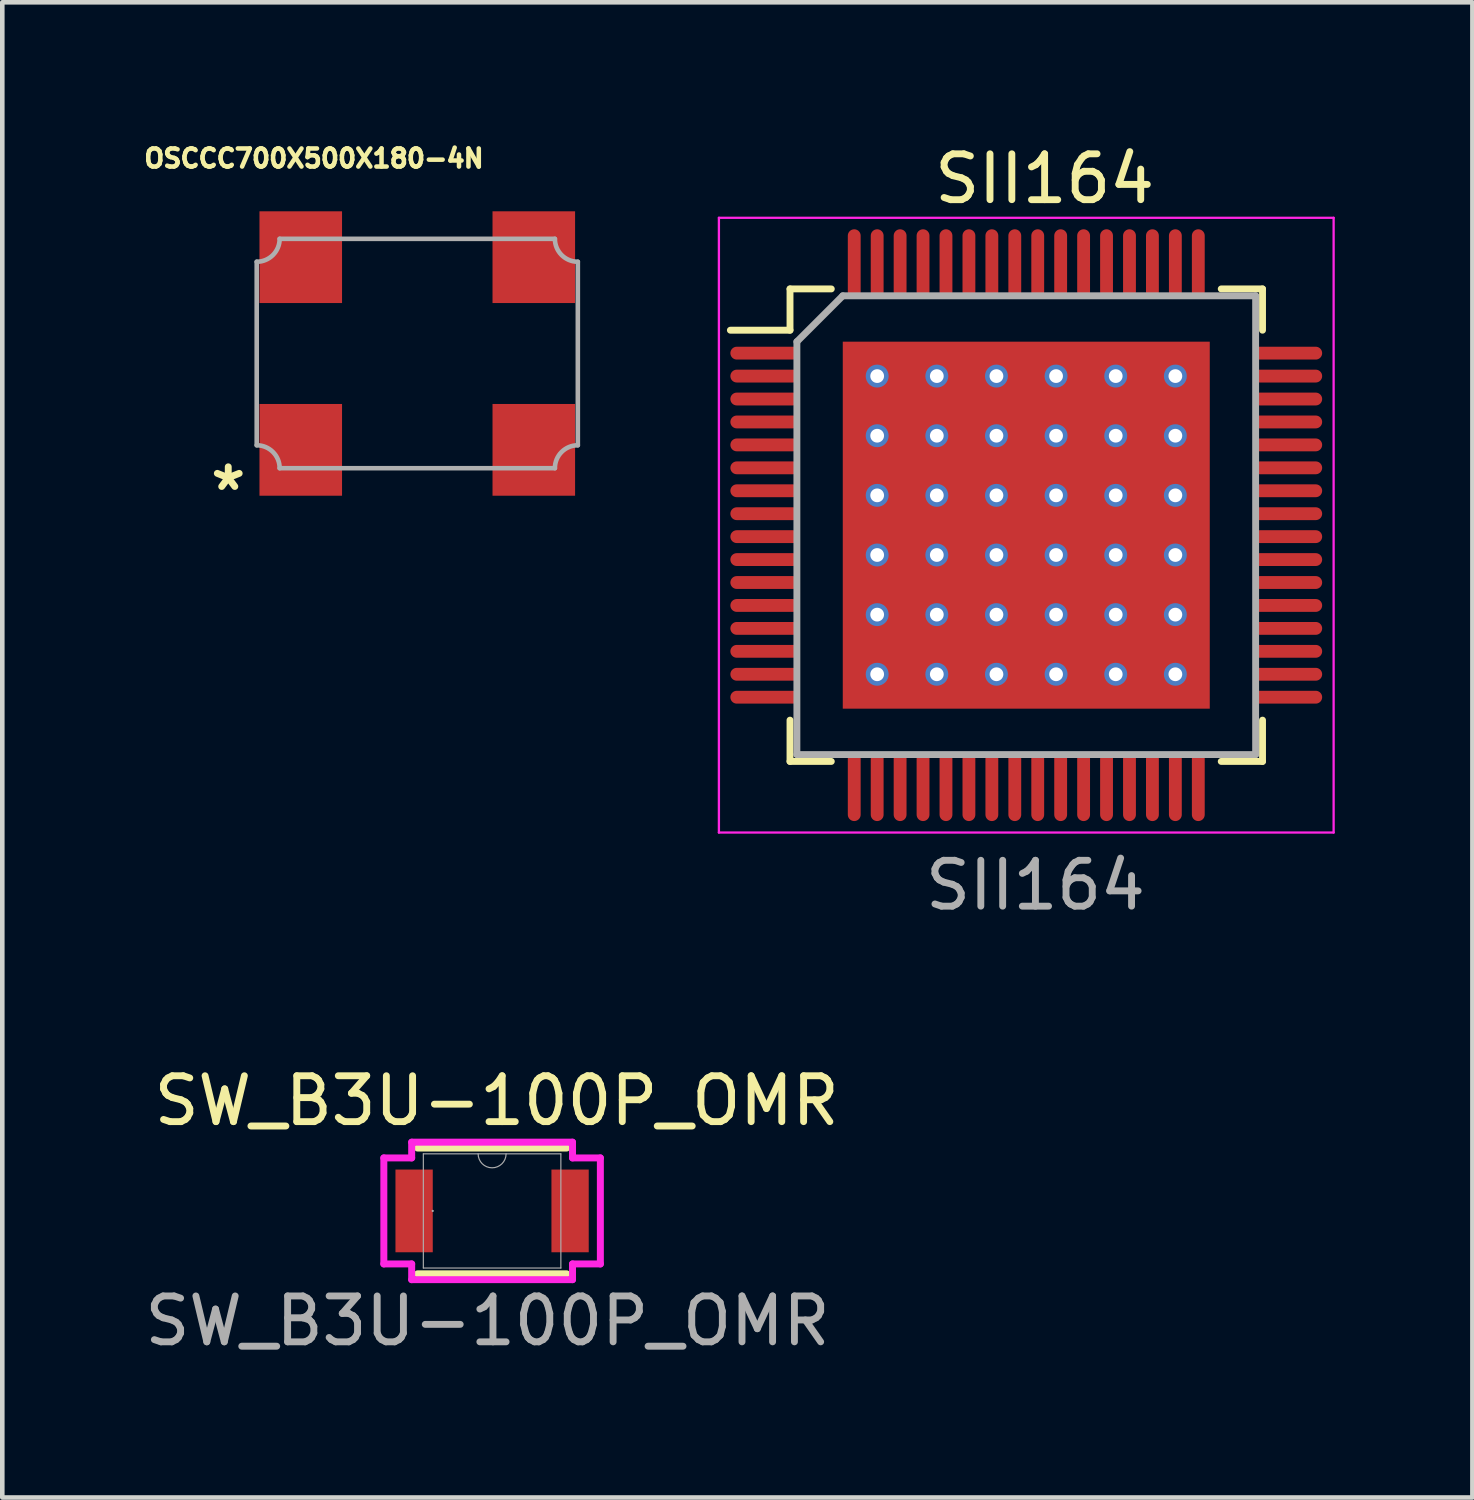
<source format=kicad_pcb>
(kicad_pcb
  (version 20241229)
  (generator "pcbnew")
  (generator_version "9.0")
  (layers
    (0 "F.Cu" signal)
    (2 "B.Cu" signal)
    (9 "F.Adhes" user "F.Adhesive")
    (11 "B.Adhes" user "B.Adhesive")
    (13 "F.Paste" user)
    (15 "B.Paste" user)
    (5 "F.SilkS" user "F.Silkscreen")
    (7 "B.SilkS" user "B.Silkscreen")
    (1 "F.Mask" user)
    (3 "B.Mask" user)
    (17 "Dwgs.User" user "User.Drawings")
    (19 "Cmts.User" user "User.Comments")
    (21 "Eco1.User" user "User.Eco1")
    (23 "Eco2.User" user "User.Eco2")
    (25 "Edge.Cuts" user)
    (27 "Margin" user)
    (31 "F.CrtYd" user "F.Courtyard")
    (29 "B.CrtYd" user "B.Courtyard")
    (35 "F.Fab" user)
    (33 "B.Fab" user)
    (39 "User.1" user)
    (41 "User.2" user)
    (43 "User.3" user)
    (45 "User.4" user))
  (footprint "OSCCC700X500X180-4N"
    (layer "F.Cu")
    (at 6.046 4.656)
    (property "Reference" "OSCCC700X500X180-4N" (at -2.252 -4.253 0) (layer "F.SilkS") (effects (font (size 0.394 0.394) (thickness 0.15))))
    (attr smd)
    (fp_line (start -3.5 -2) (end -3.5 2) (stroke (width 0.1) (type solid)) (layer "F.Fab"))
    (fp_line (start -3 2.5) (end 3 2.5) (stroke (width 0.1) (type solid)) (layer "F.Fab"))
    (fp_line (start 3 -2.5) (end -3 -2.5) (stroke (width 0.1) (type solid)) (layer "F.Fab"))
    (fp_line (start 3.5 2) (end 3.5 -2) (stroke (width 0.1) (type solid)) (layer "F.Fab"))
    (fp_arc (start -3.5 2) (mid -3.146447 2.146447) (end -3 2.5) (stroke (width 0.1) (type solid)) (layer "F.Fab"))
    (fp_arc (start -3 -2.5) (mid -3.146447 -2.146447) (end -3.5 -2) (stroke (width 0.1) (type solid)) (layer "F.Fab"))
    (fp_arc (start 3 2.5) (mid 3.146447 2.146447) (end 3.5 2) (stroke (width 0.1) (type solid)) (layer "F.Fab"))
    (fp_arc (start 3.5 -2) (mid 3.146447 -2.146447) (end 3 -2.5) (stroke (width 0.1) (type solid)) (layer "F.Fab"))
    (fp_text user "*" (at -4.6 3.6 0) (unlocked yes) (layer "F.SilkS") (effects (font (size 1 1) (thickness 0.15)) (justify left bottom)))
    (pad "1" smd rect (at -2.54 2.1) (size 1.8 2) (layers "F.Cu" "F.Mask" "F.Paste"))
    (pad "2" smd rect (at 2.54 2.1) (size 1.8 2) (layers "F.Cu" "F.Mask" "F.Paste"))
    (pad "3" smd rect (at 2.54 -2.1) (size 1.8 2) (layers "F.Cu" "F.Mask" "F.Paste"))
    (pad "4" smd rect (at -2.54 -2.1) (size 1.8 2) (layers "F.Cu" "F.Mask" "F.Paste")))
  (footprint "SW_B3U-100P_OMR"
    (layer "F.Cu")
    (at 7.577 23.245)
    (property "Reference" "SW_B3U-100P_OMR" (at 0.2 -2.3 0) (unlocked yes) (layer "F.SilkS") (effects (font (size 1 1) (thickness 0.15))))
    (attr smd)
    (fp_line (start -1.526 1.473) (end 1.726 1.473) (stroke (width 0.152) (type solid)) (layer "F.SilkS"))
    (fp_line (start 1.726 -1.27) (end -1.526 -1.27) (stroke (width 0.152) (type solid)) (layer "F.SilkS"))
    (fp_line (start -2.26 -1.054) (end -1.653 -1.054) (stroke (width 0.152) (type solid)) (layer "F.CrtYd"))
    (fp_line (start -2.26 1.257) (end -2.26 -1.054) (stroke (width 0.152) (type solid)) (layer "F.CrtYd"))
    (fp_line (start -2.26 1.257) (end -1.653 1.257) (stroke (width 0.152) (type solid)) (layer "F.CrtYd"))
    (fp_line (start -1.653 -1.397) (end 1.853 -1.397) (stroke (width 0.152) (type solid)) (layer "F.CrtYd"))
    (fp_line (start -1.653 -1.054) (end -1.653 -1.397) (stroke (width 0.152) (type solid)) (layer "F.CrtYd"))
    (fp_line (start -1.653 1.6) (end -1.653 1.257) (stroke (width 0.152) (type solid)) (layer "F.CrtYd"))
    (fp_line (start 1.853 -1.397) (end 1.853 -1.054) (stroke (width 0.152) (type solid)) (layer "F.CrtYd"))
    (fp_line (start 1.853 1.257) (end 1.853 1.6) (stroke (width 0.152) (type solid)) (layer "F.CrtYd"))
    (fp_line (start 1.853 1.6) (end -1.653 1.6) (stroke (width 0.152) (type solid)) (layer "F.CrtYd"))
    (fp_line (start 2.46 -1.054) (end 1.853 -1.054) (stroke (width 0.152) (type solid)) (layer "F.CrtYd"))
    (fp_line (start 2.46 -1.054) (end 2.46 1.257) (stroke (width 0.152) (type solid)) (layer "F.CrtYd"))
    (fp_line (start 2.46 1.257) (end 1.853 1.257) (stroke (width 0.152) (type solid)) (layer "F.CrtYd"))
    (fp_line (start -1.399 -1.143) (end -1.399 1.346) (stroke (width 0.025) (type solid)) (layer "F.Fab"))
    (fp_line (start -1.399 1.346) (end 1.599 1.346) (stroke (width 0.025) (type solid)) (layer "F.Fab"))
    (fp_line (start 1.599 -1.143) (end -1.399 -1.143) (stroke (width 0.025) (type solid)) (layer "F.Fab"))
    (fp_line (start 1.599 1.346) (end 1.599 -1.143) (stroke (width 0.025) (type solid)) (layer "F.Fab"))
    (fp_arc (start 0.4048 -1.1432) (mid 0.1 -0.8384) (end -0.2048 -1.1432) (stroke (width 0.0254) (type solid)) (layer "F.Fab"))
    (fp_circle (center -1.194 0.101) (end -1.194 0.101) (stroke (width 0.025) (type solid)) (fill no) (layer "F.Fab"))
    (fp_text user "${REFERENCE}" (at 0 2.5 0) (unlocked yes) (layer "F.Fab") (effects (font (size 1 1) (thickness 0.15))))
    (pad "1" smd rect (at -1.6 0.101) (size 0.813 1.803) (layers "F.Cu" "F.Mask" "F.Paste"))
    (pad "2" smd rect (at 1.8 0.101) (size 0.813 1.803) (layers "F.Cu" "F.Mask" "F.Paste")))
  (footprint "SII164"
    (layer "F.Cu")
    (at 19.321 8.348)
    (property "Reference" "SII164" (at 0.4 -7.5 0) (unlocked yes) (layer "F.SilkS") (effects (font (size 1 1) (thickness 0.15))))
    (attr smd)
    (fp_poly (pts (xy -2.5 -2.45) (xy 2.5 -2.45) (xy 2.5 2.55) (xy -2.5 2.55)) (stroke (width 0.15) (type solid)) (fill yes) (layer "F.Mask"))
    (fp_line (start -5.15 -5.1) (end -5.15 -4.2) (stroke (width 0.15) (type solid)) (layer "F.SilkS"))
    (fp_line (start -5.15 -4.2) (end -6.45 -4.2) (stroke (width 0.15) (type solid)) (layer "F.SilkS"))
    (fp_line (start -5.15 5.2) (end -5.15 4.3) (stroke (width 0.15) (type solid)) (layer "F.SilkS"))
    (fp_line (start -4.25 -5.1) (end -5.15 -5.1) (stroke (width 0.15) (type solid)) (layer "F.SilkS"))
    (fp_line (start -4.25 5.2) (end -5.15 5.2) (stroke (width 0.15) (type solid)) (layer "F.SilkS"))
    (fp_line (start 4.25 -5.1) (end 5.15 -5.1) (stroke (width 0.15) (type solid)) (layer "F.SilkS"))
    (fp_line (start 4.25 5.2) (end 5.15 5.2) (stroke (width 0.15) (type solid)) (layer "F.SilkS"))
    (fp_line (start 5.15 -5.1) (end 5.15 -4.2) (stroke (width 0.15) (type solid)) (layer "F.SilkS"))
    (fp_line (start 5.15 5.2) (end 5.15 4.3) (stroke (width 0.15) (type solid)) (layer "F.SilkS"))
    (fp_poly (pts (xy -2.35 -2.3) (xy -0.15 -2.3) (xy -0.15 -0.1) (xy -2.35 -0.1)) (stroke (width 0) (type solid)) (fill yes) (layer "F.Paste"))
    (fp_poly (pts (xy -2.35 0.2) (xy -0.15 0.2) (xy -0.15 2.4) (xy -2.35 2.4)) (stroke (width 0) (type solid)) (fill yes) (layer "F.Paste"))
    (fp_poly (pts (xy 0.15 -2.3) (xy 2.35 -2.3) (xy 2.35 -0.1) (xy 0.15 -0.1)) (stroke (width 0) (type solid)) (fill yes) (layer "F.Paste"))
    (fp_poly (pts (xy 0.15 0.2) (xy 2.35 0.2) (xy 2.35 2.4) (xy 0.15 2.4)) (stroke (width 0) (type solid)) (fill yes) (layer "F.Paste"))
    (fp_line (start -6.7 -6.65) (end 6.7 -6.65) (stroke (width 0.05) (type solid)) (layer "F.CrtYd"))
    (fp_line (start -6.7 6.75) (end -6.7 -6.65) (stroke (width 0.05) (type solid)) (layer "F.CrtYd"))
    (fp_line (start 6.7 -6.65) (end 6.7 6.75) (stroke (width 0.05) (type solid)) (layer "F.CrtYd"))
    (fp_line (start 6.7 6.75) (end -6.7 6.75) (stroke (width 0.05) (type solid)) (layer "F.CrtYd"))
    (fp_line (start -5 -3.95) (end -5 5.05) (stroke (width 0.15) (type solid)) (layer "F.Fab"))
    (fp_line (start -5 5.05) (end 5 5.05) (stroke (width 0.15) (type solid)) (layer "F.Fab"))
    (fp_line (start -4 -4.95) (end -5 -3.95) (stroke (width 0.15) (type solid)) (layer "F.Fab"))
    (fp_line (start 5 -4.95) (end -4 -4.95) (stroke (width 0.15) (type solid)) (layer "F.Fab"))
    (fp_line (start 5 5.05) (end 5 -4.95) (stroke (width 0.15) (type solid)) (layer "F.Fab"))
    (fp_text user "${REFERENCE}" (at 0.2 7.9 0) (unlocked yes) (layer "F.Fab") (effects (font (size 1 1) (thickness 0.15))))
    (pad "1" smd oval (at -5.7 -3.7 90) (size 0.28 1.5) (layers "F.Cu" "F.Mask" "F.Paste"))
    (pad "2" smd oval (at -5.7 -3.2 90) (size 0.28 1.5) (layers "F.Cu" "F.Mask" "F.Paste"))
    (pad "3" smd oval (at -5.7 -2.7 90) (size 0.28 1.5) (layers "F.Cu" "F.Mask" "F.Paste"))
    (pad "4" smd oval (at -5.7 -2.2 90) (size 0.28 1.5) (layers "F.Cu" "F.Mask" "F.Paste"))
    (pad "5" smd oval (at -5.7 -1.7 90) (size 0.28 1.5) (layers "F.Cu" "F.Mask" "F.Paste"))
    (pad "6" smd oval (at -5.7 -1.2 90) (size 0.28 1.5) (layers "F.Cu" "F.Mask" "F.Paste"))
    (pad "7" smd oval (at -5.7 -0.7 90) (size 0.28 1.5) (layers "F.Cu" "F.Mask" "F.Paste"))
    (pad "8" smd oval (at -5.7 -0.2 90) (size 0.28 1.5) (layers "F.Cu" "F.Mask" "F.Paste"))
    (pad "9" smd oval (at -5.7 0.3 90) (size 0.28 1.5) (layers "F.Cu" "F.Mask" "F.Paste"))
    (pad "10" smd oval (at -5.7 0.8 90) (size 0.28 1.5) (layers "F.Cu" "F.Mask" "F.Paste"))
    (pad "11" smd oval (at -5.7 1.3 90) (size 0.28 1.5) (layers "F.Cu" "F.Mask" "F.Paste"))
    (pad "12" smd oval (at -5.7 1.8 90) (size 0.28 1.5) (layers "F.Cu" "F.Mask" "F.Paste"))
    (pad "13" smd oval (at -5.7 2.3 90) (size 0.28 1.5) (layers "F.Cu" "F.Mask" "F.Paste"))
    (pad "14" smd oval (at -5.7 2.8 90) (size 0.28 1.5) (layers "F.Cu" "F.Mask" "F.Paste"))
    (pad "15" smd oval (at -5.7 3.3 90) (size 0.28 1.5) (layers "F.Cu" "F.Mask" "F.Paste"))
    (pad "16" smd oval (at -5.7 3.8 90) (size 0.28 1.5) (layers "F.Cu" "F.Mask" "F.Paste"))
    (pad "17" smd oval (at -3.75 5.75) (size 0.28 1.5) (layers "F.Cu" "F.Mask" "F.Paste"))
    (pad "18" smd oval (at -3.25 5.75) (size 0.28 1.5) (layers "F.Cu" "F.Mask" "F.Paste"))
    (pad "19" smd oval (at -2.75 5.75) (size 0.28 1.5) (layers "F.Cu" "F.Mask" "F.Paste"))
    (pad "20" smd oval (at -2.25 5.75) (size 0.28 1.5) (layers "F.Cu" "F.Mask" "F.Paste"))
    (pad "21" smd oval (at -1.75 5.75) (size 0.28 1.5) (layers "F.Cu" "F.Mask" "F.Paste"))
    (pad "22" smd oval (at -1.25 5.75) (size 0.28 1.5) (layers "F.Cu" "F.Mask" "F.Paste"))
    (pad "23" smd oval (at -0.75 5.75) (size 0.28 1.5) (layers "F.Cu" "F.Mask" "F.Paste"))
    (pad "24" smd oval (at -0.25 5.75) (size 0.28 1.5) (layers "F.Cu" "F.Mask" "F.Paste"))
    (pad "25" smd oval (at 0.25 5.75) (size 0.28 1.5) (layers "F.Cu" "F.Mask" "F.Paste"))
    (pad "26" smd oval (at 0.75 5.75) (size 0.28 1.5) (layers "F.Cu" "F.Mask" "F.Paste"))
    (pad "27" smd oval (at 1.25 5.75) (size 0.28 1.5) (layers "F.Cu" "F.Mask" "F.Paste"))
    (pad "28" smd oval (at 1.75 5.75) (size 0.28 1.5) (layers "F.Cu" "F.Mask" "F.Paste"))
    (pad "29" smd oval (at 2.25 5.75) (size 0.28 1.5) (layers "F.Cu" "F.Mask" "F.Paste"))
    (pad "30" smd oval (at 2.75 5.75) (size 0.28 1.5) (layers "F.Cu" "F.Mask" "F.Paste"))
    (pad "31" smd oval (at 3.25 5.75) (size 0.28 1.5) (layers "F.Cu" "F.Mask" "F.Paste"))
    (pad "32" smd oval (at 3.75 5.75) (size 0.28 1.5) (layers "F.Cu" "F.Mask" "F.Paste"))
    (pad "33" smd oval (at 5.7 3.8 90) (size 0.28 1.5) (layers "F.Cu" "F.Mask" "F.Paste"))
    (pad "34" smd oval (at 5.7 3.3 90) (size 0.28 1.5) (layers "F.Cu" "F.Mask" "F.Paste"))
    (pad "35" smd oval (at 5.7 2.8 90) (size 0.28 1.5) (layers "F.Cu" "F.Mask" "F.Paste"))
    (pad "36" smd oval (at 5.7 2.3 90) (size 0.28 1.5) (layers "F.Cu" "F.Mask" "F.Paste"))
    (pad "37" smd oval (at 5.7 1.8 90) (size 0.28 1.5) (layers "F.Cu" "F.Mask" "F.Paste"))
    (pad "38" smd oval (at 5.7 1.3 90) (size 0.28 1.5) (layers "F.Cu" "F.Mask" "F.Paste"))
    (pad "39" smd oval (at 5.7 0.8 90) (size 0.28 1.5) (layers "F.Cu" "F.Mask" "F.Paste"))
    (pad "40" smd oval (at 5.7 0.3 90) (size 0.28 1.5) (layers "F.Cu" "F.Mask" "F.Paste"))
    (pad "41" smd oval (at 5.7 -0.2 90) (size 0.28 1.5) (layers "F.Cu" "F.Mask" "F.Paste"))
    (pad "42" smd oval (at 5.7 -0.7 90) (size 0.28 1.5) (layers "F.Cu" "F.Mask" "F.Paste"))
    (pad "43" smd oval (at 5.7 -1.2 90) (size 0.28 1.5) (layers "F.Cu" "F.Mask" "F.Paste"))
    (pad "44" smd oval (at 5.7 -1.7 90) (size 0.28 1.5) (layers "F.Cu" "F.Mask" "F.Paste"))
    (pad "45" smd oval (at 5.7 -2.2 90) (size 0.28 1.5) (layers "F.Cu" "F.Mask" "F.Paste"))
    (pad "46" smd oval (at 5.7 -2.7 90) (size 0.28 1.5) (layers "F.Cu" "F.Mask" "F.Paste"))
    (pad "47" smd oval (at 5.7 -3.2 90) (size 0.28 1.5) (layers "F.Cu" "F.Mask" "F.Paste"))
    (pad "48" smd oval (at 5.7 -3.7 90) (size 0.28 1.5) (layers "F.Cu" "F.Mask" "F.Paste"))
    (pad "49" smd oval (at 3.75 -5.65) (size 0.28 1.5) (layers "F.Cu" "F.Mask" "F.Paste"))
    (pad "50" smd oval (at 3.25 -5.65) (size 0.28 1.5) (layers "F.Cu" "F.Mask" "F.Paste"))
    (pad "51" smd oval (at 2.75 -5.65) (size 0.28 1.5) (layers "F.Cu" "F.Mask" "F.Paste"))
    (pad "52" smd oval (at 2.25 -5.65) (size 0.28 1.5) (layers "F.Cu" "F.Mask" "F.Paste"))
    (pad "53" smd oval (at 1.75 -5.65) (size 0.28 1.5) (layers "F.Cu" "F.Mask" "F.Paste"))
    (pad "54" smd oval (at 1.25 -5.65) (size 0.28 1.5) (layers "F.Cu" "F.Mask" "F.Paste"))
    (pad "55" smd oval (at 0.75 -5.65) (size 0.28 1.5) (layers "F.Cu" "F.Mask" "F.Paste"))
    (pad "56" smd oval (at 0.25 -5.65) (size 0.28 1.5) (layers "F.Cu" "F.Mask" "F.Paste"))
    (pad "57" smd oval (at -0.25 -5.65) (size 0.28 1.5) (layers "F.Cu" "F.Mask" "F.Paste"))
    (pad "58" smd oval (at -0.75 -5.65) (size 0.28 1.5) (layers "F.Cu" "F.Mask" "F.Paste"))
    (pad "59" smd oval (at -1.25 -5.65) (size 0.28 1.5) (layers "F.Cu" "F.Mask" "F.Paste"))
    (pad "60" smd oval (at -1.75 -5.65) (size 0.28 1.5) (layers "F.Cu" "F.Mask" "F.Paste"))
    (pad "61" smd oval (at -2.25 -5.65) (size 0.28 1.5) (layers "F.Cu" "F.Mask" "F.Paste"))
    (pad "62" smd oval (at -2.75 -5.65) (size 0.28 1.5) (layers "F.Cu" "F.Mask" "F.Paste"))
    (pad "63" smd oval (at -3.25 -5.65) (size 0.28 1.5) (layers "F.Cu" "F.Mask" "F.Paste"))
    (pad "64" smd oval (at -3.75 -5.65) (size 0.28 1.5) (layers "F.Cu" "F.Mask" "F.Paste"))
    (pad "65" thru_hole circle (at -3.25 -3.2) (size 0.5 0.5) (drill 0.3) (layers "*.Cu"))
    (pad "65" thru_hole circle (at -3.25 -1.9) (size 0.5 0.5) (drill 0.3) (layers "*.Cu"))
    (pad "65" thru_hole circle (at -3.25 -0.6) (size 0.5 0.5) (drill 0.3) (layers "*.Cu"))
    (pad "65" thru_hole circle (at -3.25 0.7) (size 0.5 0.5) (drill 0.3) (layers "*.Cu"))
    (pad "65" thru_hole circle (at -3.25 2) (size 0.5 0.5) (drill 0.3) (layers "*.Cu"))
    (pad "65" thru_hole circle (at -3.25 3.3) (size 0.5 0.5) (drill 0.3) (layers "*.Cu"))
    (pad "65" thru_hole circle (at -1.95 -3.2) (size 0.5 0.5) (drill 0.3) (layers "*.Cu"))
    (pad "65" thru_hole circle (at -1.95 -1.9) (size 0.5 0.5) (drill 0.3) (layers "*.Cu"))
    (pad "65" thru_hole circle (at -1.95 -0.6) (size 0.5 0.5) (drill 0.3) (layers "*.Cu"))
    (pad "65" thru_hole circle (at -1.95 0.7) (size 0.5 0.5) (drill 0.3) (layers "*.Cu"))
    (pad "65" thru_hole circle (at -1.95 2) (size 0.5 0.5) (drill 0.3) (layers "*.Cu"))
    (pad "65" thru_hole circle (at -1.95 3.3) (size 0.5 0.5) (drill 0.3) (layers "*.Cu"))
    (pad "65" thru_hole circle (at -0.65 -3.2) (size 0.5 0.5) (drill 0.3) (layers "*.Cu"))
    (pad "65" thru_hole circle (at -0.65 -1.9) (size 0.5 0.5) (drill 0.3) (layers "*.Cu"))
    (pad "65" thru_hole circle (at -0.65 -0.6) (size 0.5 0.5) (drill 0.3) (layers "*.Cu"))
    (pad "65" thru_hole circle (at -0.65 0.7) (size 0.5 0.5) (drill 0.3) (layers "*.Cu"))
    (pad "65" thru_hole circle (at -0.65 2) (size 0.5 0.5) (drill 0.3) (layers "*.Cu"))
    (pad "65" thru_hole circle (at -0.65 3.3) (size 0.5 0.5) (drill 0.3) (layers "*.Cu"))
    (pad "65" smd rect (at 0 0.05) (size 8 8) (layers "F.Cu"))
    (pad "65" thru_hole circle (at 0.65 -3.2) (size 0.5 0.5) (drill 0.3) (layers "*.Cu"))
    (pad "65" thru_hole circle (at 0.65 -1.9) (size 0.5 0.5) (drill 0.3) (layers "*.Cu"))
    (pad "65" thru_hole circle (at 0.65 -0.6) (size 0.5 0.5) (drill 0.3) (layers "*.Cu"))
    (pad "65" thru_hole circle (at 0.65 0.7) (size 0.5 0.5) (drill 0.3) (layers "*.Cu"))
    (pad "65" thru_hole circle (at 0.65 2) (size 0.5 0.5) (drill 0.3) (layers "*.Cu"))
    (pad "65" thru_hole circle (at 0.65 3.3) (size 0.5 0.5) (drill 0.3) (layers "*.Cu"))
    (pad "65" thru_hole circle (at 1.95 -3.2) (size 0.5 0.5) (drill 0.3) (layers "*.Cu"))
    (pad "65" thru_hole circle (at 1.95 -1.9) (size 0.5 0.5) (drill 0.3) (layers "*.Cu"))
    (pad "65" thru_hole circle (at 1.95 -0.6) (size 0.5 0.5) (drill 0.3) (layers "*.Cu"))
    (pad "65" thru_hole circle (at 1.95 0.7) (size 0.5 0.5) (drill 0.3) (layers "*.Cu"))
    (pad "65" thru_hole circle (at 1.95 2) (size 0.5 0.5) (drill 0.3) (layers "*.Cu"))
    (pad "65" thru_hole circle (at 1.95 3.3) (size 0.5 0.5) (drill 0.3) (layers "*.Cu"))
    (pad "65" thru_hole circle (at 3.25 -3.2) (size 0.5 0.5) (drill 0.3) (layers "*.Cu"))
    (pad "65" thru_hole circle (at 3.25 -1.9) (size 0.5 0.5) (drill 0.3) (layers "*.Cu"))
    (pad "65" thru_hole circle (at 3.25 -0.6) (size 0.5 0.5) (drill 0.3) (layers "*.Cu"))
    (pad "65" thru_hole circle (at 3.25 0.7) (size 0.5 0.5) (drill 0.3) (layers "*.Cu"))
    (pad "65" thru_hole circle (at 3.25 2) (size 0.5 0.5) (drill 0.3) (layers "*.Cu"))
    (pad "65" thru_hole circle (at 3.25 3.3) (size 0.5 0.5) (drill 0.3) (layers "*.Cu")))
  (gr_rect
    (start -3 -3)
    (end 29.046 29.593)
    (stroke (width 0.1) (type default))
    (fill no)
    (layer "Edge.Cuts")))
</source>
